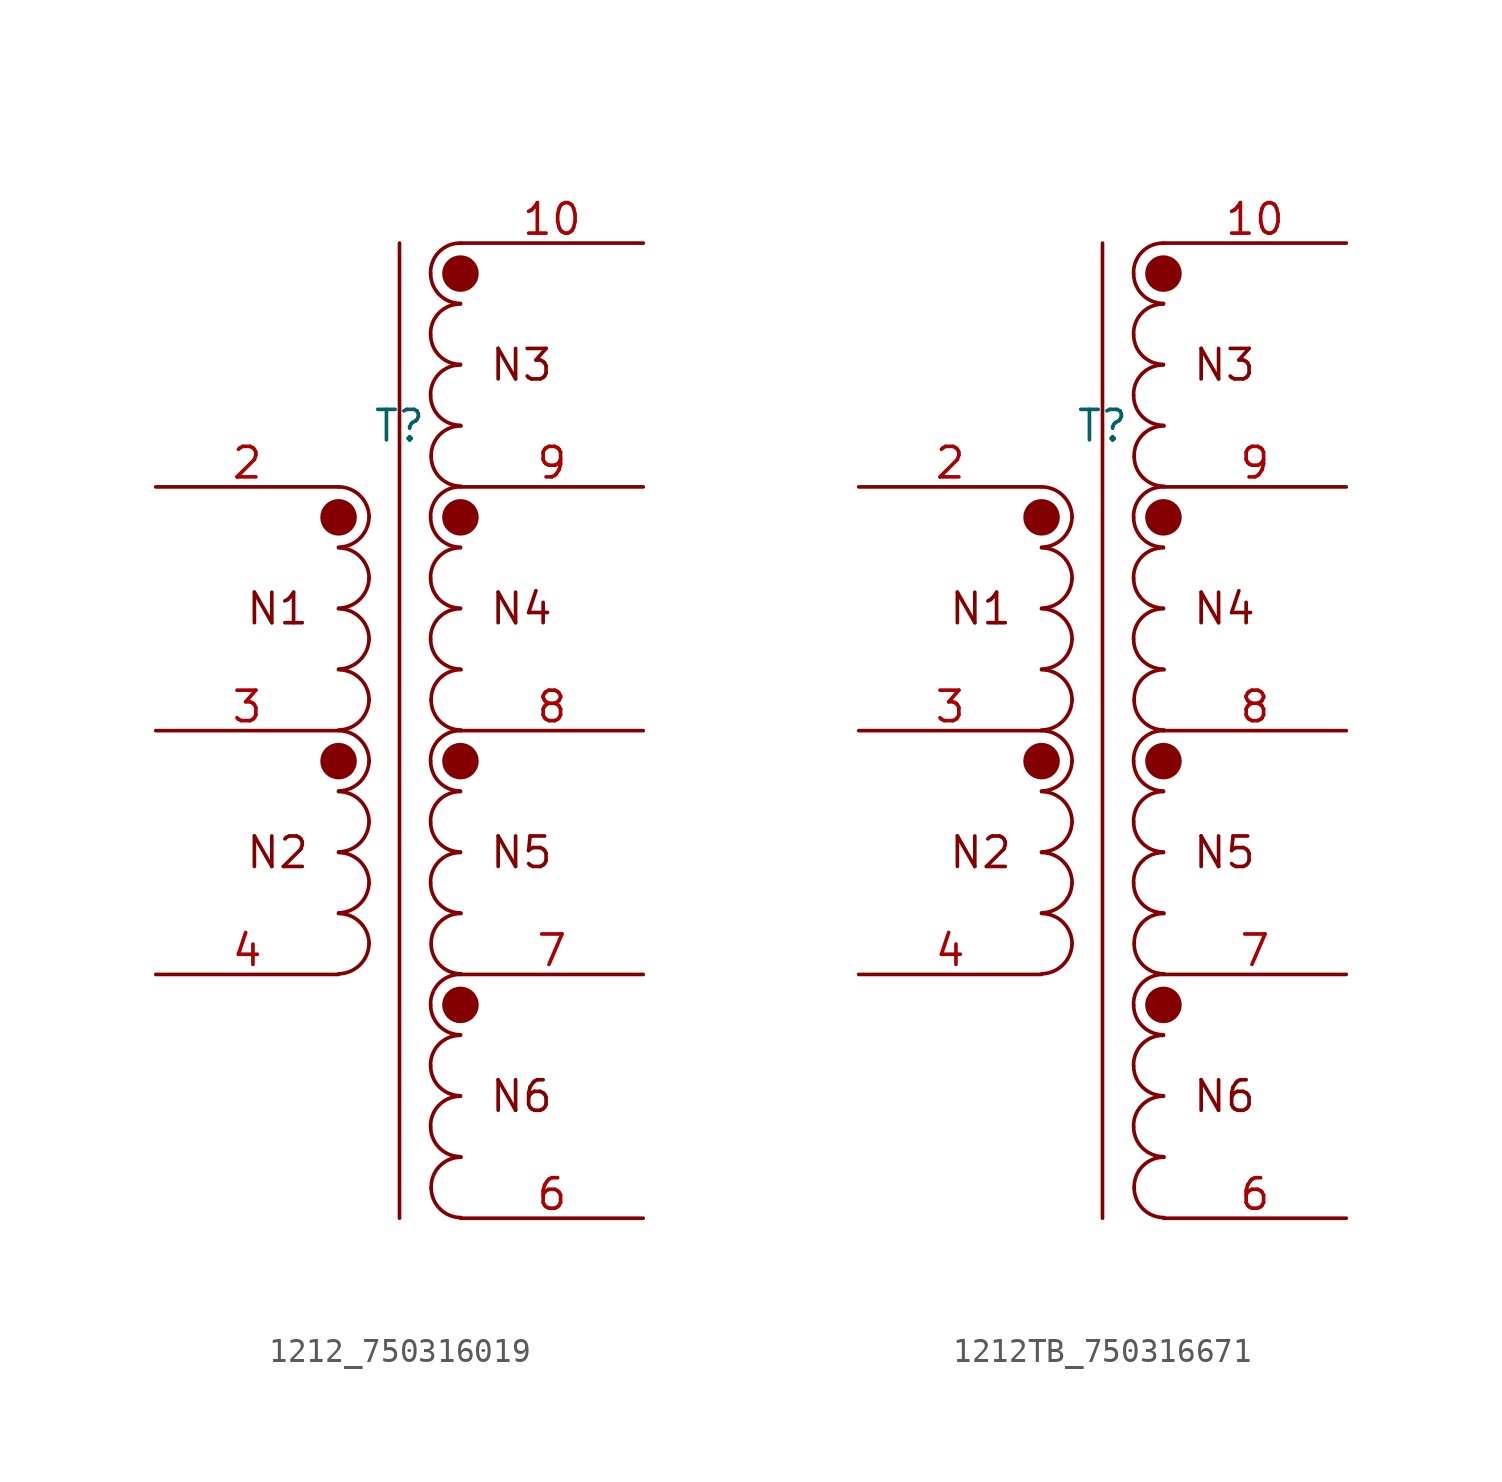
<source format=kicad_sym>
(kicad_symbol_lib
  (version 20220914)
  (generator kicad_symbol_editor)
  (symbol "1212_750316019"
    (pin_names hide)
    (property "Reference" "T"
      (at 0 12.7 0)
      (effects (font (size 1.27 1.27))))
    (symbol "1212_750316019_0_1"
      (arc (start -2.54 -10.1346) (mid -1.6561 -9.7663) (end -1.27 -8.89) (stroke (width 0) (type default)) (fill (type none)))
      (arc (start -2.54 -7.5946) (mid -1.6561 -7.2263) (end -1.27 -6.35) (stroke (width 0) (type default)) (fill (type none)))
      (arc (start -2.54 -5.0546) (mid -1.6561 -4.6863) (end -1.27 -3.81) (stroke (width 0) (type default)) (fill (type none)))
      (arc (start -2.54 -2.5146) (mid -1.6561 -2.1463) (end -1.27 -1.27) (stroke (width 0) (type default)) (fill (type none)))
      (arc (start -2.54 0.0254) (mid -1.6561 0.3937) (end -1.27 1.27) (stroke (width 0) (type default)) (fill (type none)))
      (arc (start -2.54 2.5654) (mid -1.6561 2.9337) (end -1.27 3.81) (stroke (width 0) (type default)) (fill (type none)))
      (arc (start -2.54 5.1054) (mid -1.6561 5.4737) (end -1.27 6.35) (stroke (width 0) (type default)) (fill (type none)))
      (arc (start -2.54 7.6454) (mid -1.6561 8.0137) (end -1.27 8.89) (stroke (width 0) (type default)) (fill (type none)))
      (arc (start -1.27 -8.89) (mid -1.642 -7.992) (end -2.54 -7.62) (stroke (width 0) (type default)) (fill (type none)))
      (arc (start -1.27 -6.35) (mid -1.642 -5.452) (end -2.54 -5.08) (stroke (width 0) (type default)) (fill (type none)))
      (arc (start -1.27 -3.81) (mid -1.642 -2.912) (end -2.54 -2.54) (stroke (width 0) (type default)) (fill (type none)))
      (arc (start -1.27 -1.27) (mid -1.642 -0.372) (end -2.54 0) (stroke (width 0) (type default)) (fill (type none)))
      (arc (start -1.27 1.27) (mid -1.642 2.168) (end -2.54 2.54) (stroke (width 0) (type default)) (fill (type none)))
      (arc (start -1.27 3.81) (mid -1.642 4.708) (end -2.54 5.08) (stroke (width 0) (type default)) (fill (type none)))
      (arc (start -1.27 6.35) (mid -1.642 7.248) (end -2.54 7.62) (stroke (width 0) (type default)) (fill (type none)))
      (arc (start -1.27 8.89) (mid -1.642 9.788) (end -2.54 10.16) (stroke (width 0) (type default)) (fill (type none)))
      (polyline (pts (xy 0 20.32) (xy 0 -20.32)) (stroke (width 0) (type default)) (fill (type none)))
      (arc (start 1.2954 -16.51) (mid 1.6599 -17.3901) (end 2.54 -17.7546) (stroke (width 0) (type default)) (fill (type none)))
      (arc (start 1.2954 -13.97) (mid 1.6599 -14.8501) (end 2.54 -15.2146) (stroke (width 0) (type default)) (fill (type none)))
      (arc (start 1.2954 -11.43) (mid 1.6599 -12.3101) (end 2.54 -12.6746) (stroke (width 0) (type default)) (fill (type none)))
      (arc (start 1.2954 -6.35) (mid 1.6599 -7.2301) (end 2.54 -7.5946) (stroke (width 0) (type default)) (fill (type none)))
      (arc (start 1.2954 -3.81) (mid 1.6599 -4.6901) (end 2.54 -5.0546) (stroke (width 0) (type default)) (fill (type none)))
      (arc (start 1.2954 -1.27) (mid 1.6599 -2.1501) (end 2.54 -2.5146) (stroke (width 0) (type default)) (fill (type none)))
      (arc (start 1.2954 3.81) (mid 1.6599 2.9299) (end 2.54 2.5654) (stroke (width 0) (type default)) (fill (type none)))
      (arc (start 1.2954 6.35) (mid 1.6599 5.4699) (end 2.54 5.1054) (stroke (width 0) (type default)) (fill (type none)))
      (arc (start 1.2954 8.89) (mid 1.6599 8.0099) (end 2.54 7.6454) (stroke (width 0) (type default)) (fill (type none)))
      (arc (start 1.2954 13.97) (mid 1.6599 13.0899) (end 2.54 12.7254) (stroke (width 0) (type default)) (fill (type none)))
      (arc (start 1.2954 16.51) (mid 1.6599 15.6299) (end 2.54 15.2654) (stroke (width 0) (type default)) (fill (type none)))
      (arc (start 1.2954 19.05) (mid 1.6599 18.1699) (end 2.54 17.8054) (stroke (width 0) (type default)) (fill (type none)))
      (arc (start 1.3208 -19.05) (mid 1.6855 -19.9299) (end 2.5654 -20.2946) (stroke (width 0) (type default)) (fill (type none)))
      (arc (start 1.3208 -8.89) (mid 1.6855 -9.7699) (end 2.5654 -10.1346) (stroke (width 0) (type default)) (fill (type none)))
      (arc (start 1.3208 1.27) (mid 1.6854 0.3901) (end 2.5654 0.0254) (stroke (width 0) (type default)) (fill (type none)))
      (arc (start 1.3208 11.43) (mid 1.6855 10.5501) (end 2.5654 10.1854) (stroke (width 0) (type default)) (fill (type none)))
      (arc (start 2.54 -15.24) (mid 1.6458 -15.6085) (end 1.2954 -16.51) (stroke (width 0) (type default)) (fill (type none)))
      (arc (start 2.54 -12.7) (mid 1.6458 -13.0685) (end 1.2954 -13.97) (stroke (width 0) (type default)) (fill (type none)))
      (arc (start 2.54 -10.16) (mid 1.6458 -10.5285) (end 1.2954 -11.43) (stroke (width 0) (type default)) (fill (type none)))
      (arc (start 2.54 -5.08) (mid 1.6458 -5.4485) (end 1.2954 -6.35) (stroke (width 0) (type default)) (fill (type none)))
      (arc (start 2.54 -2.54) (mid 1.6458 -2.9085) (end 1.2954 -3.81) (stroke (width 0) (type default)) (fill (type none)))
      (arc (start 2.54 0) (mid 1.6458 -0.3685) (end 1.2954 -1.27) (stroke (width 0) (type default)) (fill (type none)))
      (arc (start 2.54 5.08) (mid 1.6458 4.7115) (end 1.2954 3.81) (stroke (width 0) (type default)) (fill (type none)))
      (arc (start 2.54 7.62) (mid 1.6458 7.2515) (end 1.2954 6.35) (stroke (width 0) (type default)) (fill (type none)))
      (arc (start 2.54 10.16) (mid 1.6458 9.7915) (end 1.2954 8.89) (stroke (width 0) (type default)) (fill (type none)))
      (arc (start 2.54 15.24) (mid 1.6458 14.8715) (end 1.2954 13.97) (stroke (width 0) (type default)) (fill (type none)))
      (arc (start 2.54 17.78) (mid 1.6458 17.4115) (end 1.2954 16.51) (stroke (width 0) (type default)) (fill (type none)))
      (arc (start 2.54 20.32) (mid 1.6458 19.9515) (end 1.2954 19.05) (stroke (width 0) (type default)) (fill (type none)))
      (arc (start 2.5654 -17.78) (mid 1.6709 -18.1483) (end 1.3208 -19.05) (stroke (width 0) (type default)) (fill (type none)))
      (arc (start 2.5654 -7.62) (mid 1.6709 -7.9883) (end 1.3208 -8.89) (stroke (width 0) (type default)) (fill (type none)))
      (arc (start 2.5654 2.54) (mid 1.6709 2.1717) (end 1.3208 1.27) (stroke (width 0) (type default)) (fill (type none)))
      (arc (start 2.5654 12.7) (mid 1.6709 12.3317) (end 1.3208 11.43) (stroke (width 0) (type default)) (fill (type none))))
    (symbol "1212_750316019_1_1"
      (circle (center -2.54 -1.27) (radius 0.0001) (stroke (width 0.762) (type default)) (fill (type none)))
      (circle (center -2.54 8.89) (radius 0.0001) (stroke (width 0.762) (type default)) (fill (type none)))
      (circle (center 2.54 -11.43) (radius 0.0001) (stroke (width 0.762) (type default)) (fill (type none)))
      (circle (center 2.54 -1.27) (radius 0.0001) (stroke (width 0.762) (type default)) (fill (type none)))
      (circle (center 2.54 8.89) (radius 0.0001) (stroke (width 0.762) (type default)) (fill (type none)))
      (circle (center 2.54 19.05) (radius 0.0001) (stroke (width 0.762) (type default)) (fill (type none)))
      (text "N1" (at -5.08 5.08 0) (effects (font (size 1.27 1.27))))
      (text "N2" (at -5.08 -5.08 0) (effects (font (size 1.27 1.27))))
      (text "N3" (at 5.08 15.24 0) (effects (font (size 1.27 1.27))))
      (text "N4" (at 5.08 5.08 0) (effects (font (size 1.27 1.27))))
      (text "N5" (at 5.08 -5.08 0) (effects (font (size 1.27 1.27))))
      (text "N6" (at 5.08 -15.24 0) (effects (font (size 1.27 1.27))))
      (pin passive line (at 10.16 20.32 180) (length 7.62) (name "10" (effects (font (size 1.27 1.27)))) (number "10" (effects (font (size 1.27 1.27)))))
      (pin passive line (at -10.16 10.16 0) (length 7.62) (name "2" (effects (font (size 1.27 1.27)))) (number "2" (effects (font (size 1.27 1.27)))))
      (pin passive line (at -10.16 0 0) (length 7.62) (name "3" (effects (font (size 1.27 1.27)))) (number "3" (effects (font (size 1.27 1.27)))))
      (pin passive line (at -10.16 -10.16 0) (length 7.62) (name "4" (effects (font (size 1.27 1.27)))) (number "4" (effects (font (size 1.27 1.27)))))
      (pin passive line (at 10.16 -20.32 180) (length 7.62) (name "6" (effects (font (size 1.27 1.27)))) (number "6" (effects (font (size 1.27 1.27)))))
      (pin passive line (at 10.16 -10.16 180) (length 7.62) (name "7" (effects (font (size 1.27 1.27)))) (number "7" (effects (font (size 1.27 1.27)))))
      (pin passive line (at 10.16 0 180) (length 7.62) (name "8" (effects (font (size 1.27 1.27)))) (number "8" (effects (font (size 1.27 1.27)))))
      (pin passive line (at 10.16 10.16 180) (length 7.62) (name "9" (effects (font (size 1.27 1.27)))) (number "9" (effects (font (size 1.27 1.27)))))))
  (symbol "1212TB_750316671"
    (pin_names hide)
    (property "Reference" "T"
      (at 0 12.7 0)
      (effects (font (size 1.27 1.27))))
    (symbol "1212TB_750316671_0_1"
      (arc (start -2.54 -10.1346) (mid -1.6561 -9.7663) (end -1.27 -8.89) (stroke (width 0) (type default)) (fill (type none)))
      (arc (start -2.54 -7.5946) (mid -1.6561 -7.2263) (end -1.27 -6.35) (stroke (width 0) (type default)) (fill (type none)))
      (arc (start -2.54 -5.0546) (mid -1.6561 -4.6863) (end -1.27 -3.81) (stroke (width 0) (type default)) (fill (type none)))
      (arc (start -2.54 -2.5146) (mid -1.6561 -2.1463) (end -1.27 -1.27) (stroke (width 0) (type default)) (fill (type none)))
      (arc (start -2.54 0.0254) (mid -1.6561 0.3937) (end -1.27 1.27) (stroke (width 0) (type default)) (fill (type none)))
      (arc (start -2.54 2.5654) (mid -1.6561 2.9337) (end -1.27 3.81) (stroke (width 0) (type default)) (fill (type none)))
      (arc (start -2.54 5.1054) (mid -1.6561 5.4737) (end -1.27 6.35) (stroke (width 0) (type default)) (fill (type none)))
      (arc (start -2.54 7.6454) (mid -1.6561 8.0137) (end -1.27 8.89) (stroke (width 0) (type default)) (fill (type none)))
      (arc (start -1.27 -8.89) (mid -1.642 -7.992) (end -2.54 -7.62) (stroke (width 0) (type default)) (fill (type none)))
      (arc (start -1.27 -6.35) (mid -1.642 -5.452) (end -2.54 -5.08) (stroke (width 0) (type default)) (fill (type none)))
      (arc (start -1.27 -3.81) (mid -1.642 -2.912) (end -2.54 -2.54) (stroke (width 0) (type default)) (fill (type none)))
      (arc (start -1.27 -1.27) (mid -1.642 -0.372) (end -2.54 0) (stroke (width 0) (type default)) (fill (type none)))
      (arc (start -1.27 1.27) (mid -1.642 2.168) (end -2.54 2.54) (stroke (width 0) (type default)) (fill (type none)))
      (arc (start -1.27 3.81) (mid -1.642 4.708) (end -2.54 5.08) (stroke (width 0) (type default)) (fill (type none)))
      (arc (start -1.27 6.35) (mid -1.642 7.248) (end -2.54 7.62) (stroke (width 0) (type default)) (fill (type none)))
      (arc (start -1.27 8.89) (mid -1.642 9.788) (end -2.54 10.16) (stroke (width 0) (type default)) (fill (type none)))
      (polyline (pts (xy 0 20.32) (xy 0 -20.32)) (stroke (width 0) (type default)) (fill (type none)))
      (arc (start 1.2954 -16.51) (mid 1.6599 -17.3901) (end 2.54 -17.7546) (stroke (width 0) (type default)) (fill (type none)))
      (arc (start 1.2954 -13.97) (mid 1.6599 -14.8501) (end 2.54 -15.2146) (stroke (width 0) (type default)) (fill (type none)))
      (arc (start 1.2954 -11.43) (mid 1.6599 -12.3101) (end 2.54 -12.6746) (stroke (width 0) (type default)) (fill (type none)))
      (arc (start 1.2954 -6.35) (mid 1.6599 -7.2301) (end 2.54 -7.5946) (stroke (width 0) (type default)) (fill (type none)))
      (arc (start 1.2954 -3.81) (mid 1.6599 -4.6901) (end 2.54 -5.0546) (stroke (width 0) (type default)) (fill (type none)))
      (arc (start 1.2954 -1.27) (mid 1.6599 -2.1501) (end 2.54 -2.5146) (stroke (width 0) (type default)) (fill (type none)))
      (arc (start 1.2954 3.81) (mid 1.6599 2.9299) (end 2.54 2.5654) (stroke (width 0) (type default)) (fill (type none)))
      (arc (start 1.2954 6.35) (mid 1.6599 5.4699) (end 2.54 5.1054) (stroke (width 0) (type default)) (fill (type none)))
      (arc (start 1.2954 8.89) (mid 1.6599 8.0099) (end 2.54 7.6454) (stroke (width 0) (type default)) (fill (type none)))
      (arc (start 1.2954 13.97) (mid 1.6599 13.0899) (end 2.54 12.7254) (stroke (width 0) (type default)) (fill (type none)))
      (arc (start 1.2954 16.51) (mid 1.6599 15.6299) (end 2.54 15.2654) (stroke (width 0) (type default)) (fill (type none)))
      (arc (start 1.2954 19.05) (mid 1.6599 18.1699) (end 2.54 17.8054) (stroke (width 0) (type default)) (fill (type none)))
      (arc (start 1.3208 -19.05) (mid 1.6855 -19.9299) (end 2.5654 -20.2946) (stroke (width 0) (type default)) (fill (type none)))
      (arc (start 1.3208 -8.89) (mid 1.6855 -9.7699) (end 2.5654 -10.1346) (stroke (width 0) (type default)) (fill (type none)))
      (arc (start 1.3208 1.27) (mid 1.6854 0.3901) (end 2.5654 0.0254) (stroke (width 0) (type default)) (fill (type none)))
      (arc (start 1.3208 11.43) (mid 1.6855 10.5501) (end 2.5654 10.1854) (stroke (width 0) (type default)) (fill (type none)))
      (arc (start 2.54 -15.24) (mid 1.6458 -15.6085) (end 1.2954 -16.51) (stroke (width 0) (type default)) (fill (type none)))
      (arc (start 2.54 -12.7) (mid 1.6458 -13.0685) (end 1.2954 -13.97) (stroke (width 0) (type default)) (fill (type none)))
      (arc (start 2.54 -10.16) (mid 1.6458 -10.5285) (end 1.2954 -11.43) (stroke (width 0) (type default)) (fill (type none)))
      (arc (start 2.54 -5.08) (mid 1.6458 -5.4485) (end 1.2954 -6.35) (stroke (width 0) (type default)) (fill (type none)))
      (arc (start 2.54 -2.54) (mid 1.6458 -2.9085) (end 1.2954 -3.81) (stroke (width 0) (type default)) (fill (type none)))
      (arc (start 2.54 0) (mid 1.6458 -0.3685) (end 1.2954 -1.27) (stroke (width 0) (type default)) (fill (type none)))
      (arc (start 2.54 5.08) (mid 1.6458 4.7115) (end 1.2954 3.81) (stroke (width 0) (type default)) (fill (type none)))
      (arc (start 2.54 7.62) (mid 1.6458 7.2515) (end 1.2954 6.35) (stroke (width 0) (type default)) (fill (type none)))
      (arc (start 2.54 10.16) (mid 1.6458 9.7915) (end 1.2954 8.89) (stroke (width 0) (type default)) (fill (type none)))
      (arc (start 2.54 15.24) (mid 1.6458 14.8715) (end 1.2954 13.97) (stroke (width 0) (type default)) (fill (type none)))
      (arc (start 2.54 17.78) (mid 1.6458 17.4115) (end 1.2954 16.51) (stroke (width 0) (type default)) (fill (type none)))
      (arc (start 2.54 20.32) (mid 1.6458 19.9515) (end 1.2954 19.05) (stroke (width 0) (type default)) (fill (type none)))
      (arc (start 2.5654 -17.78) (mid 1.6709 -18.1483) (end 1.3208 -19.05) (stroke (width 0) (type default)) (fill (type none)))
      (arc (start 2.5654 -7.62) (mid 1.6709 -7.9883) (end 1.3208 -8.89) (stroke (width 0) (type default)) (fill (type none)))
      (arc (start 2.5654 2.54) (mid 1.6709 2.1717) (end 1.3208 1.27) (stroke (width 0) (type default)) (fill (type none)))
      (arc (start 2.5654 12.7) (mid 1.6709 12.3317) (end 1.3208 11.43) (stroke (width 0) (type default)) (fill (type none))))
    (symbol "1212TB_750316671_1_1"
      (circle (center -2.54 -1.27) (radius 0.0001) (stroke (width 0.762) (type default)) (fill (type none)))
      (circle (center -2.54 8.89) (radius 0.0001) (stroke (width 0.762) (type default)) (fill (type none)))
      (circle (center 2.54 -11.43) (radius 0.0001) (stroke (width 0.762) (type default)) (fill (type none)))
      (circle (center 2.54 -1.27) (radius 0.0001) (stroke (width 0.762) (type default)) (fill (type none)))
      (circle (center 2.54 8.89) (radius 0.0001) (stroke (width 0.762) (type default)) (fill (type none)))
      (circle (center 2.54 19.05) (radius 0.0001) (stroke (width 0.762) (type default)) (fill (type none)))
      (text "N1" (at -5.08 5.08 0) (effects (font (size 1.27 1.27))))
      (text "N2" (at -5.08 -5.08 0) (effects (font (size 1.27 1.27))))
      (text "N3" (at 5.08 15.24 0) (effects (font (size 1.27 1.27))))
      (text "N4" (at 5.08 5.08 0) (effects (font (size 1.27 1.27))))
      (text "N5" (at 5.08 -5.08 0) (effects (font (size 1.27 1.27))))
      (text "N6" (at 5.08 -15.24 0) (effects (font (size 1.27 1.27))))
      (pin passive line (at 10.16 20.32 180) (length 7.62) (name "10" (effects (font (size 1.27 1.27)))) (number "10" (effects (font (size 1.27 1.27)))))
      (pin passive line (at -10.16 10.16 0) (length 7.62) (name "2" (effects (font (size 1.27 1.27)))) (number "2" (effects (font (size 1.27 1.27)))))
      (pin passive line (at -10.16 0 0) (length 7.62) (name "3" (effects (font (size 1.27 1.27)))) (number "3" (effects (font (size 1.27 1.27)))))
      (pin passive line (at -10.16 -10.16 0) (length 7.62) (name "4" (effects (font (size 1.27 1.27)))) (number "4" (effects (font (size 1.27 1.27)))))
      (pin passive line (at 10.16 -20.32 180) (length 7.62) (name "6" (effects (font (size 1.27 1.27)))) (number "6" (effects (font (size 1.27 1.27)))))
      (pin passive line (at 10.16 -10.16 180) (length 7.62) (name "7" (effects (font (size 1.27 1.27)))) (number "7" (effects (font (size 1.27 1.27)))))
      (pin passive line (at 10.16 0 180) (length 7.62) (name "8" (effects (font (size 1.27 1.27)))) (number "8" (effects (font (size 1.27 1.27)))))
      (pin passive line (at 10.16 10.16 180) (length 7.62) (name "9" (effects (font (size 1.27 1.27)))) (number "9" (effects (font (size 1.27 1.27))))))))
</source>
